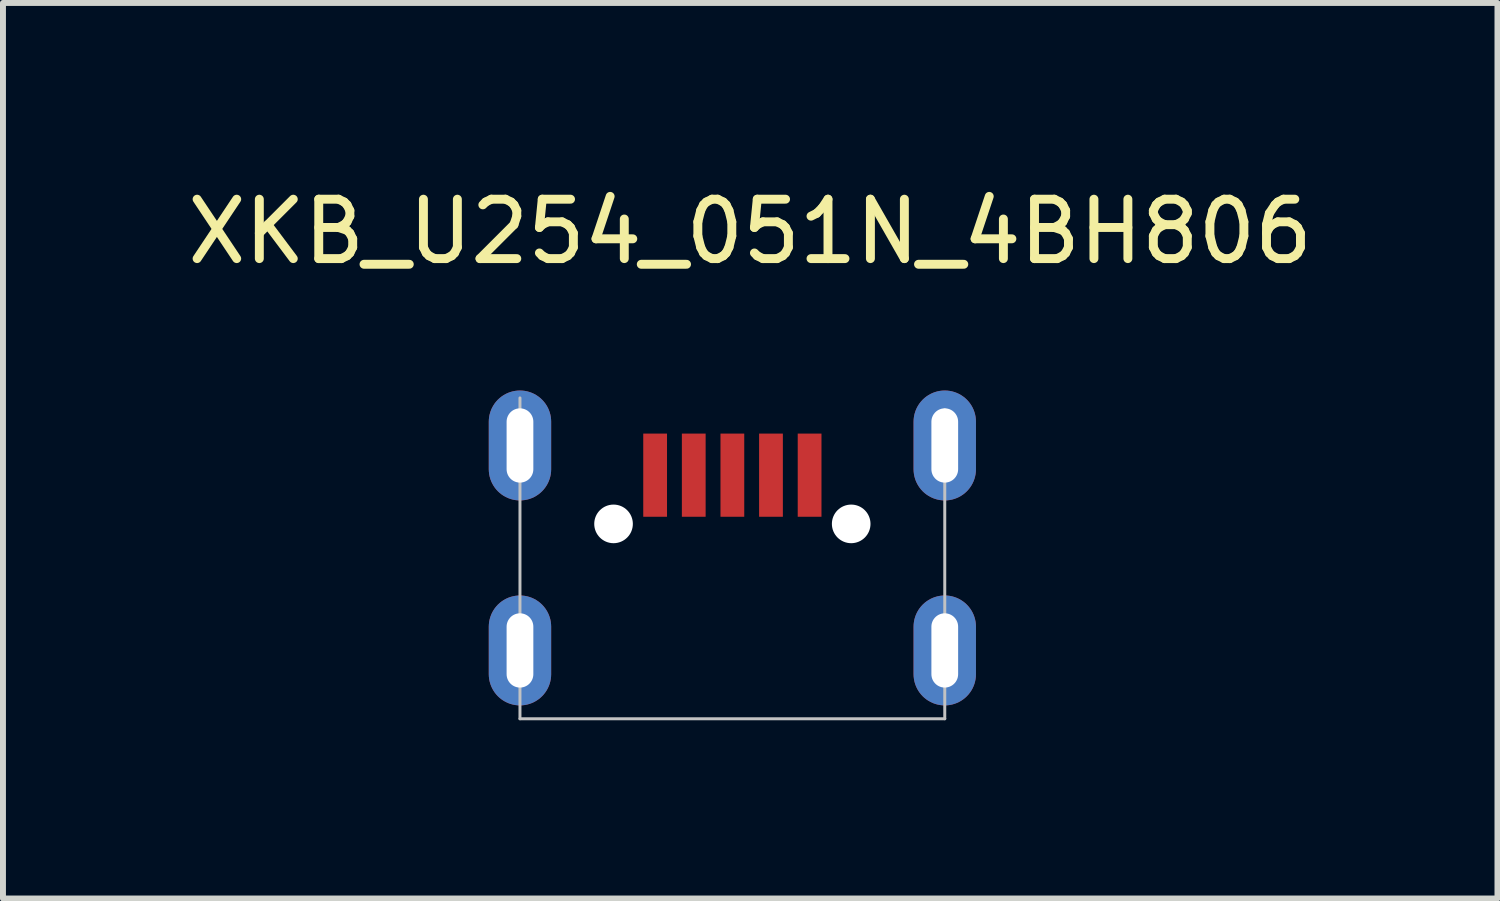
<source format=kicad_pcb>
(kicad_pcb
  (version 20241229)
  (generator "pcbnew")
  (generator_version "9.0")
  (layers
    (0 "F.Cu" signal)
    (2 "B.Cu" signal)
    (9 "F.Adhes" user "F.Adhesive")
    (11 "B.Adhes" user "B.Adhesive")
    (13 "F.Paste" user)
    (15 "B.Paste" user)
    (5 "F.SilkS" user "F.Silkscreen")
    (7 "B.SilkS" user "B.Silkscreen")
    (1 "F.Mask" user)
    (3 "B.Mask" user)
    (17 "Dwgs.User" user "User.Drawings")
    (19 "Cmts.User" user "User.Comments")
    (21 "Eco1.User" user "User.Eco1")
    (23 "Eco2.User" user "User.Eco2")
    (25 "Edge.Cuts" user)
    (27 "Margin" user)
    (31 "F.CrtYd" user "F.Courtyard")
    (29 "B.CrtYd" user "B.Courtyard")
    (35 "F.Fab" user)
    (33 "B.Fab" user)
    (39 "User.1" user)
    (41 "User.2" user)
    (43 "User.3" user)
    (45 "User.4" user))
  (footprint "XKB_U254_051N_4BH806"
    (layer "F.Cu")
    (at 9.277 4.948)
    (property "Reference" "XKB_U254_051N_4BH806" (at 0.3 -4.1 0) (layer "F.SilkS") (effects (font (size 1 1) (thickness 0.15))))
    (attr through_hole)
    (fp_line (start -3.575 -1.3) (end -3.575 4.1) (stroke (width 0.05) (type solid)) (layer "Dwgs.User"))
    (fp_line (start -3.575 4.1) (end 3.575 4.1) (stroke (width 0.05) (type solid)) (layer "Dwgs.User"))
    (fp_line (start 3.575 -1.1) (end 3.575 4.1) (stroke (width 0.05) (type solid)) (layer "Dwgs.User"))
    (pad "" np_thru_hole circle (at -2 0.82) (size 0.65 0.65) (drill 0.65) (layers "*.Cu" "*.Mask"))
    (pad "" np_thru_hole circle (at 2 0.82) (size 0.65 0.65) (drill 0.65) (layers "*.Cu" "*.Mask"))
    (pad "1" smd rect (at -1.3 0) (size 0.4 1.4) (layers "F.Cu" "F.Mask" "F.Paste"))
    (pad "2" smd rect (at -0.65 0) (size 0.4 1.4) (layers "F.Cu" "F.Mask" "F.Paste"))
    (pad "3" smd rect (at 0 0) (size 0.4 1.4) (layers "F.Cu" "F.Mask" "F.Paste"))
    (pad "4" smd rect (at 0.65 0) (size 0.4 1.4) (layers "F.Cu" "F.Mask" "F.Paste"))
    (pad "5" smd rect (at 1.3 0) (size 0.4 1.4) (layers "F.Cu" "F.Mask" "F.Paste"))
    (pad "6" thru_hole oval (at -3.575 -0.5) (size 1.05 1.85) (drill oval 0.45 1.25) (layers "*.Cu" "B.Mask"))
    (pad "6" thru_hole oval (at -3.575 2.95) (size 1.05 1.85) (drill oval 0.45 1.25) (layers "*.Cu" "B.Mask"))
    (pad "6" thru_hole oval (at 3.575 -0.5) (size 1.05 1.85) (drill oval 0.45 1.25) (layers "*.Cu" "B.Mask"))
    (pad "6" thru_hole oval (at 3.575 2.95) (size 1.05 1.85) (drill oval 0.45 1.25) (layers "*.Cu" "B.Mask")))
  (gr_rect
    (start -3 -3)
    (end 22.155 12.073)
    (stroke (width 0.1) (type default))
    (fill no)
    (layer "Edge.Cuts")))
</source>
